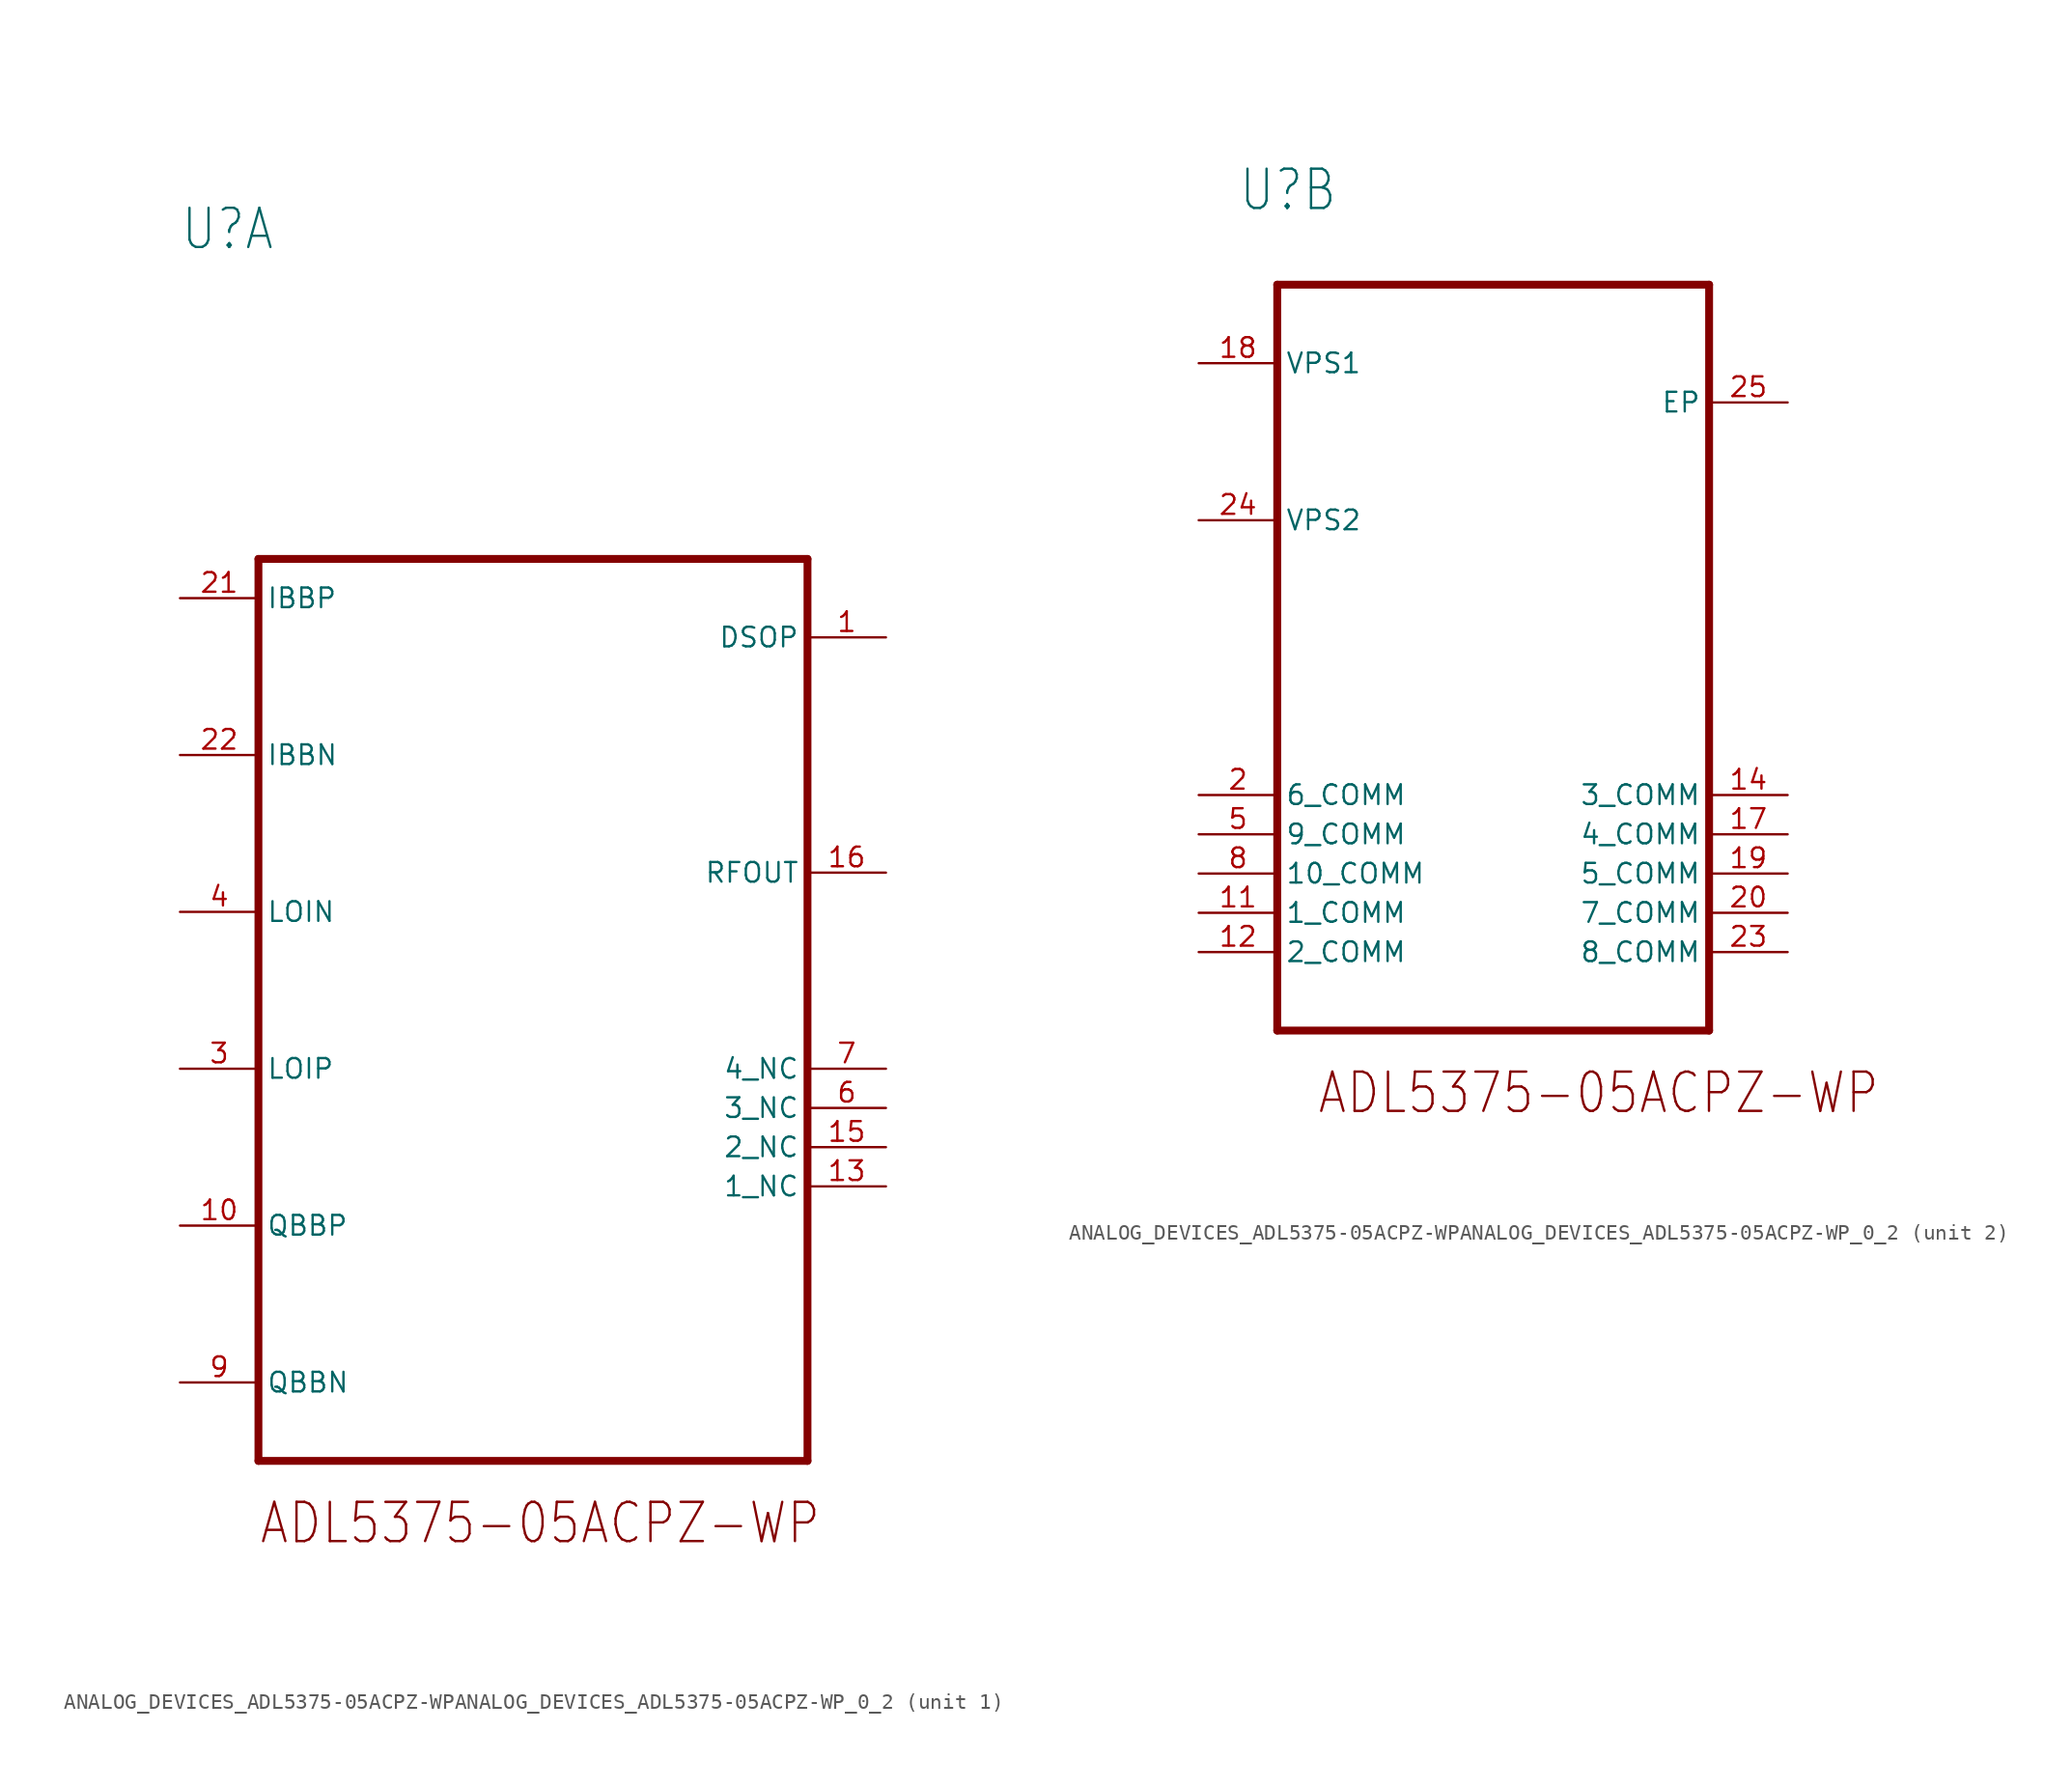
<source format=kicad_sym>
(kicad_symbol_lib
  (version 20231120)
  (generator "kicad_symbol_editor")
  (generator_version "8.0")
  (symbol "ANALOG_DEVICES_ADL5375-05ACPZ-WPANALOG_DEVICES_ADL5375-05ACPZ-WP_0_2"
    (property "Reference" "U"
      (at -5.08 20.32 0)
      (effects (font (size 2.54 2.159)) (justify left top)))
    (property "ki_locked" ""
      (at 0 0 0)
      (effects (font (size 1.27 1.27))))
    (symbol "ANALOG_DEVICES_ADL5375-05ACPZ-WPANALOG_DEVICES_ADL5375-05ACPZ-WP_0_2_1_0"
      (polyline (pts (xy 0 -60.96) (xy 0 -2.54)) (stroke (width 0.508) (type solid)) (fill (type none)))
      (polyline (pts (xy 0 -2.54) (xy 35.56 -2.54)) (stroke (width 0.508) (type solid)) (fill (type none)))
      (polyline (pts (xy 35.56 -60.96) (xy 0 -60.96)) (stroke (width 0.508) (type solid)) (fill (type none)))
      (polyline (pts (xy 35.56 -2.54) (xy 35.56 -60.96)) (stroke (width 0.508) (type solid)) (fill (type none)))
      (text "ADL5375-05ACPZ-WP" (at 0 -63.5 0) (effects (font (size 2.54 2.159)) (justify left top)))
      (pin input line (at 40.64 -7.62 180) (length 5.08) (name "DSOP" (effects (font (size 1.27 1.27)))) (number "1" (effects (font (size 1.27 1.27)))))
      (pin input line (at -5.08 -45.72 0) (length 5.08) (name "QBBP" (effects (font (size 1.27 1.27)))) (number "10" (effects (font (size 1.27 1.27)))))
      (pin passive line (at 40.64 -43.18 180) (length 5.08) (name "1_NC" (effects (font (size 1.27 1.27)))) (number "13" (effects (font (size 1.27 1.27)))))
      (pin passive line (at 40.64 -40.64 180) (length 5.08) (name "2_NC" (effects (font (size 1.27 1.27)))) (number "15" (effects (font (size 1.27 1.27)))))
      (pin output line (at 40.64 -22.86 180) (length 5.08) (name "RFOUT" (effects (font (size 1.27 1.27)))) (number "16" (effects (font (size 1.27 1.27)))))
      (pin input line (at -5.08 -5.08 0) (length 5.08) (name "IBBP" (effects (font (size 1.27 1.27)))) (number "21" (effects (font (size 1.27 1.27)))))
      (pin input line (at -5.08 -15.24 0) (length 5.08) (name "IBBN" (effects (font (size 1.27 1.27)))) (number "22" (effects (font (size 1.27 1.27)))))
      (pin input line (at -5.08 -35.56 0) (length 5.08) (name "LOIP" (effects (font (size 1.27 1.27)))) (number "3" (effects (font (size 1.27 1.27)))))
      (pin input line (at -5.08 -25.4 0) (length 5.08) (name "LOIN" (effects (font (size 1.27 1.27)))) (number "4" (effects (font (size 1.27 1.27)))))
      (pin passive line (at 40.64 -38.1 180) (length 5.08) (name "3_NC" (effects (font (size 1.27 1.27)))) (number "6" (effects (font (size 1.27 1.27)))))
      (pin passive line (at 40.64 -35.56 180) (length 5.08) (name "4_NC" (effects (font (size 1.27 1.27)))) (number "7" (effects (font (size 1.27 1.27)))))
      (pin input line (at -5.08 -55.88 0) (length 5.08) (name "QBBN" (effects (font (size 1.27 1.27)))) (number "9" (effects (font (size 1.27 1.27))))))
    (symbol "ANALOG_DEVICES_ADL5375-05ACPZ-WPANALOG_DEVICES_ADL5375-05ACPZ-WP_0_2_2_0"
      (polyline (pts (xy -2.54 -35.56) (xy -2.54 12.7)) (stroke (width 0.508) (type solid)) (fill (type none)))
      (polyline (pts (xy -2.54 12.7) (xy 25.4 12.7)) (stroke (width 0.508) (type solid)) (fill (type none)))
      (polyline (pts (xy 25.4 -35.56) (xy -2.54 -35.56)) (stroke (width 0.508) (type solid)) (fill (type none)))
      (polyline (pts (xy 25.4 12.7) (xy 25.4 -35.56)) (stroke (width 0.508) (type solid)) (fill (type none)))
      (text "ADL5375-05ACPZ-WP" (at 0 -38.1 0) (effects (font (size 2.54 2.159)) (justify left top)))
      (pin power_in line (at -7.62 -27.94 0) (length 5.08) (name "1_COMM" (effects (font (size 1.27 1.27)))) (number "11" (effects (font (size 1.27 1.27)))))
      (pin power_in line (at -7.62 -30.48 0) (length 5.08) (name "2_COMM" (effects (font (size 1.27 1.27)))) (number "12" (effects (font (size 1.27 1.27)))))
      (pin power_in line (at 30.48 -20.32 180) (length 5.08) (name "3_COMM" (effects (font (size 1.27 1.27)))) (number "14" (effects (font (size 1.27 1.27)))))
      (pin power_in line (at 30.48 -22.86 180) (length 5.08) (name "4_COMM" (effects (font (size 1.27 1.27)))) (number "17" (effects (font (size 1.27 1.27)))))
      (pin power_in line (at -7.62 7.62 0) (length 5.08) (name "VPS1" (effects (font (size 1.27 1.27)))) (number "18" (effects (font (size 1.27 1.27)))))
      (pin power_in line (at 30.48 -25.4 180) (length 5.08) (name "5_COMM" (effects (font (size 1.27 1.27)))) (number "19" (effects (font (size 1.27 1.27)))))
      (pin power_in line (at -7.62 -20.32 0) (length 5.08) (name "6_COMM" (effects (font (size 1.27 1.27)))) (number "2" (effects (font (size 1.27 1.27)))))
      (pin power_in line (at 30.48 -27.94 180) (length 5.08) (name "7_COMM" (effects (font (size 1.27 1.27)))) (number "20" (effects (font (size 1.27 1.27)))))
      (pin power_in line (at 30.48 -30.48 180) (length 5.08) (name "8_COMM" (effects (font (size 1.27 1.27)))) (number "23" (effects (font (size 1.27 1.27)))))
      (pin power_in line (at -7.62 -2.54 0) (length 5.08) (name "VPS2" (effects (font (size 1.27 1.27)))) (number "24" (effects (font (size 1.27 1.27)))))
      (pin power_in line (at 30.48 5.08 180) (length 5.08) (name "EP" (effects (font (size 1.27 1.27)))) (number "25" (effects (font (size 1.27 1.27)))))
      (pin power_in line (at -7.62 -22.86 0) (length 5.08) (name "9_COMM" (effects (font (size 1.27 1.27)))) (number "5" (effects (font (size 1.27 1.27)))))
      (pin power_in line (at -7.62 -25.4 0) (length 5.08) (name "10_COMM" (effects (font (size 1.27 1.27)))) (number "8" (effects (font (size 1.27 1.27))))))))
</source>
